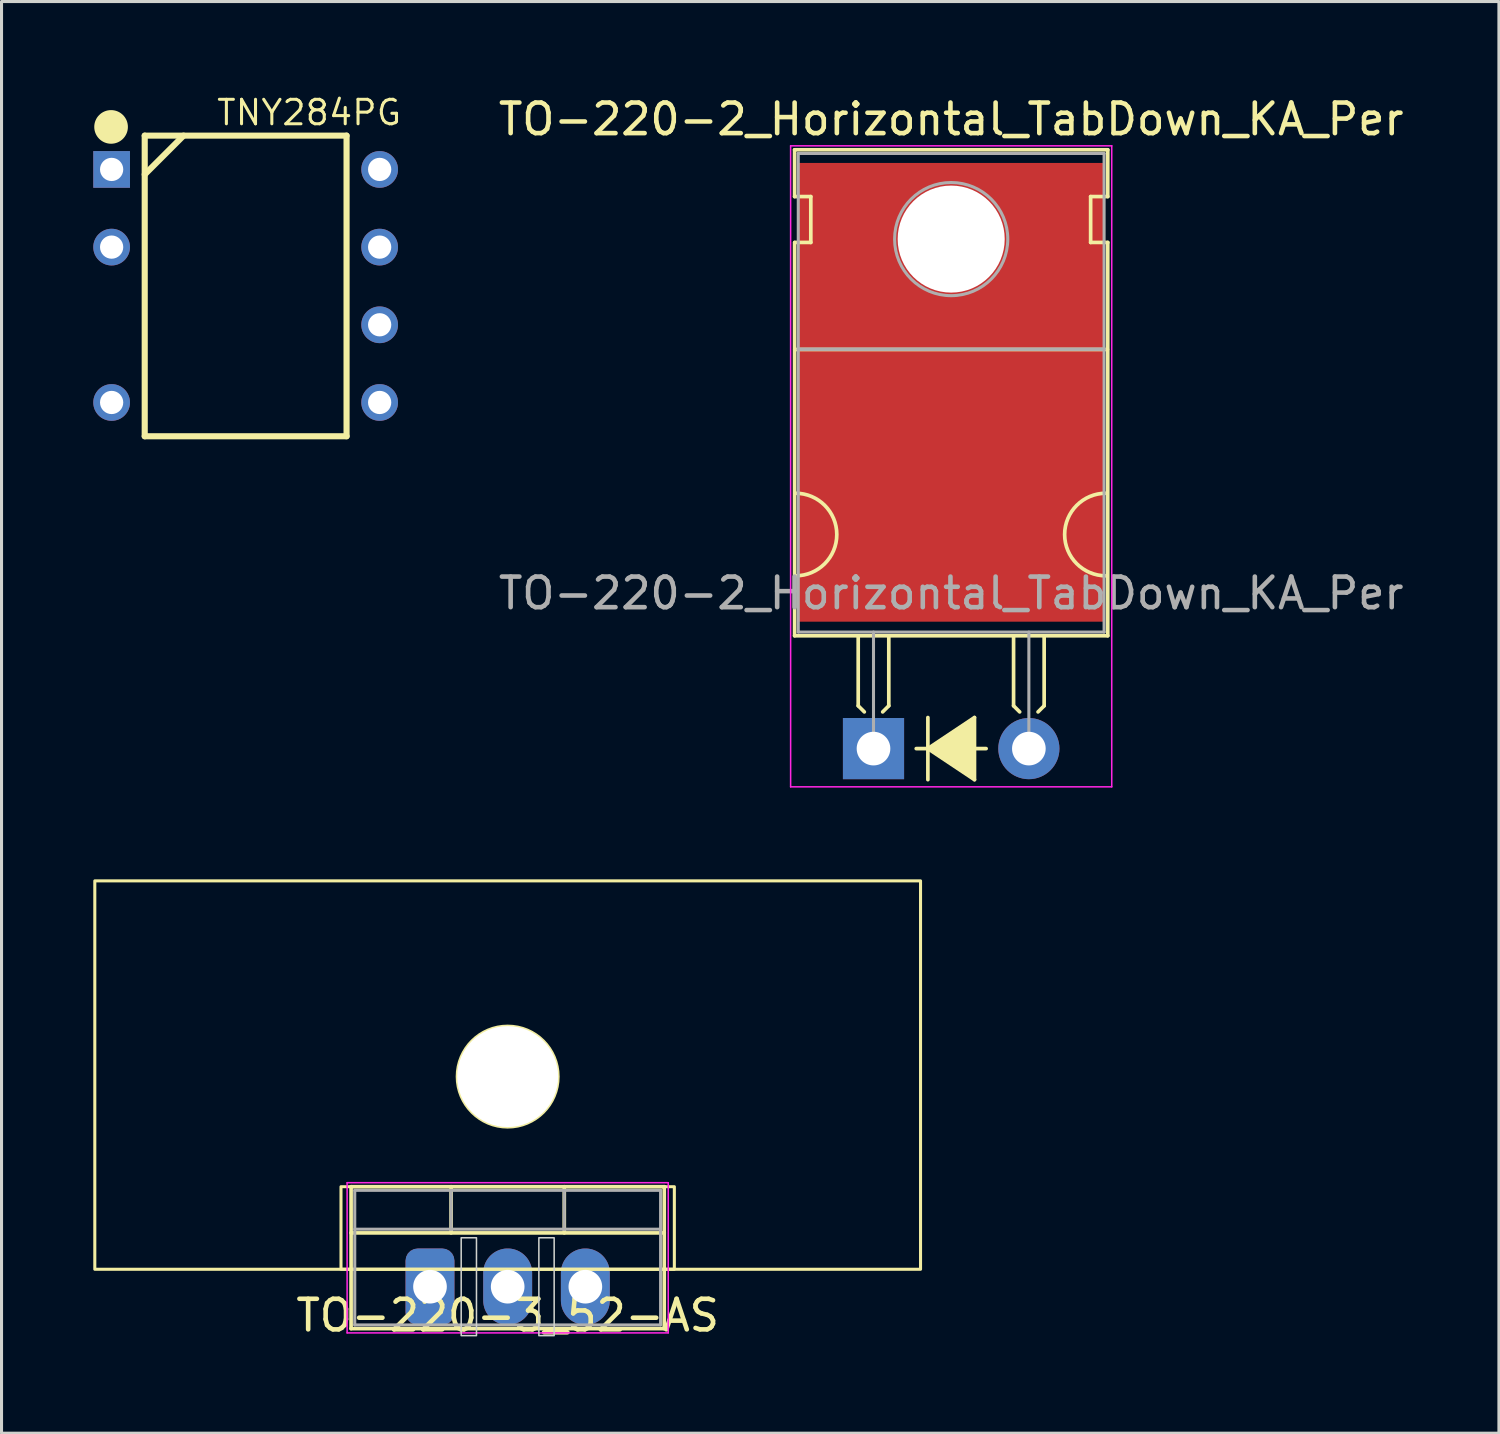
<source format=kicad_pcb>
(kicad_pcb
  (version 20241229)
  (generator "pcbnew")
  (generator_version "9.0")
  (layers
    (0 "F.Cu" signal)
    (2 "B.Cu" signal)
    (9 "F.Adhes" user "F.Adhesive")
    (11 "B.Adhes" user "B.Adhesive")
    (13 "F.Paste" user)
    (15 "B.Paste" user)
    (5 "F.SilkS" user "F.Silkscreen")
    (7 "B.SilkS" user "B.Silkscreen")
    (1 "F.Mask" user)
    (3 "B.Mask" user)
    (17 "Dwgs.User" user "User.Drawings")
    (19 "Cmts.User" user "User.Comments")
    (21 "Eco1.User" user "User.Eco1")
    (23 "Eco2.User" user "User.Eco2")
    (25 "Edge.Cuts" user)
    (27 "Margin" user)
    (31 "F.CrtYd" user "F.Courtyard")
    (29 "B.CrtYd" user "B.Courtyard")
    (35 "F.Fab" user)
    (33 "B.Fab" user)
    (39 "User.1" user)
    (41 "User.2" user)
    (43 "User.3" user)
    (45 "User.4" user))
  (footprint "TNY284PG"
    (layer "F.Cu")
    (at 4.982 6.3)
    (property "Reference" "TNY284PG" (at -1 -5.2 0) (unlocked yes) (layer "F.SilkS") (effects (font (size 0.8 0.8) (thickness 0.1)) (justify left bottom)))
    (fp_line (start -3.3 -3.645) (end -2.03 -4.915) (stroke (width 0.2) (type solid)) (layer "F.SilkS"))
    (fp_line (start -3.3 4.915) (end -3.3 -4.915) (stroke (width 0.2) (type solid)) (layer "F.SilkS"))
    (fp_line (start 3.3 -4.915) (end -3.3 -4.915) (stroke (width 0.2) (type solid)) (layer "F.SilkS"))
    (fp_line (start 3.3 4.915) (end -3.3 4.915) (stroke (width 0.2) (type solid)) (layer "F.SilkS"))
    (fp_line (start 3.3 4.915) (end 3.3 -4.915) (stroke (width 0.2) (type solid)) (layer "F.SilkS"))
    (fp_circle (center -4.4 -5.2) (end -3.9 -5.2) (stroke (width 0.1) (type solid)) (fill yes) (layer "F.SilkS"))
    (pad "1" thru_hole rect (at -4.382 -3.81) (size 1.2 1.2) (drill 0.76) (layers "*.Cu" "*.Mask"))
    (pad "2" thru_hole circle (at -4.382 -1.27) (size 1.2 1.2) (drill 0.76) (layers "*.Cu" "*.Mask"))
    (pad "4" thru_hole circle (at -4.382 3.81) (size 1.2 1.2) (drill 0.76) (layers "*.Cu" "*.Mask"))
    (pad "5" thru_hole circle (at 4.382 -3.81) (size 1.2 1.2) (drill 0.76) (layers "*.Cu" "*.Mask"))
    (pad "5" thru_hole circle (at 4.382 -1.27) (size 1.2 1.2) (drill 0.76) (layers "*.Cu" "*.Mask"))
    (pad "5" thru_hole circle (at 4.382 1.27) (size 1.2 1.2) (drill 0.76) (layers "*.Cu" "*.Mask"))
    (pad "5" thru_hole circle (at 4.382 3.81) (size 1.2 1.2) (drill 0.76) (layers "*.Cu" "*.Mask")))
  (footprint "TO-220-2_Horizontal_TabDown_KA_Per"
    (layer "F.Cu")
    (at 25.512 21.428)
    (property "Reference" "TO-220-2_Horizontal_TabDown_KA_Per" (at 2.54 -20.58 0) (layer "F.SilkS") (effects (font (size 1 1) (thickness 0.15))))
    (attr through_hole)
    (fp_line (start -2.58 -19.58) (end -2.58 -18.05) (stroke (width 0.12) (type solid)) (layer "F.SilkS"))
    (fp_line (start -2.58 -19.58) (end 7.66 -19.58) (stroke (width 0.12) (type solid)) (layer "F.SilkS"))
    (fp_line (start -2.58 -18.05) (end -2.05 -18.05) (stroke (width 0.12) (type solid)) (layer "F.SilkS"))
    (fp_line (start -2.58 -16.55) (end -2.58 -3.69) (stroke (width 0.12) (type solid)) (layer "F.SilkS"))
    (fp_line (start -2.58 -3.69) (end 7.66 -3.69) (stroke (width 0.12) (type solid)) (layer "F.SilkS"))
    (fp_line (start -2.575 -13.05) (end 7.65 -13.05) (stroke (width 0.12) (type solid)) (layer "F.SilkS"))
    (fp_line (start -2.05 -18.05) (end -2.05 -16.55) (stroke (width 0.12) (type solid)) (layer "F.SilkS"))
    (fp_line (start -2.05 -16.55) (end -2.575 -16.55) (stroke (width 0.12) (type solid)) (layer "F.SilkS"))
    (fp_line (start -0.5 -3.65) (end -0.5 -1.4) (stroke (width 0.12) (type solid)) (layer "F.SilkS"))
    (fp_line (start -0.5 -1.4) (end -0.3 -1.2) (stroke (width 0.12) (type solid)) (layer "F.SilkS"))
    (fp_line (start 0.5 -3.65) (end 0.5 -1.4) (stroke (width 0.12) (type solid)) (layer "F.SilkS"))
    (fp_line (start 0.5 -1.4) (end 0.3 -1.2) (stroke (width 0.12) (type solid)) (layer "F.SilkS"))
    (fp_line (start 1.397 0) (end 1.778 0) (stroke (width 0.12) (type solid)) (layer "F.SilkS"))
    (fp_line (start 1.778 0) (end 1.778 -1.016) (stroke (width 0.12) (type solid)) (layer "F.SilkS"))
    (fp_line (start 1.778 0) (end 1.778 1.016) (stroke (width 0.12) (type solid)) (layer "F.SilkS"))
    (fp_line (start 1.778 0) (end 3.302 1.016) (stroke (width 0.12) (type solid)) (layer "F.SilkS"))
    (fp_line (start 3.302 -1.016) (end 1.778 0) (stroke (width 0.12) (type solid)) (layer "F.SilkS"))
    (fp_line (start 3.302 0) (end 3.683 0) (stroke (width 0.12) (type solid)) (layer "F.SilkS"))
    (fp_line (start 3.302 1.016) (end 3.302 -1.016) (stroke (width 0.12) (type solid)) (layer "F.SilkS"))
    (fp_line (start 4.58 -3.65) (end 4.58 -1.4) (stroke (width 0.12) (type solid)) (layer "F.SilkS"))
    (fp_line (start 4.58 -1.4) (end 4.78 -1.2) (stroke (width 0.12) (type solid)) (layer "F.SilkS"))
    (fp_line (start 5.58 -3.65) (end 5.58 -1.4) (stroke (width 0.12) (type solid)) (layer "F.SilkS"))
    (fp_line (start 5.58 -1.4) (end 5.38 -1.2) (stroke (width 0.12) (type solid)) (layer "F.SilkS"))
    (fp_line (start 7.1 -18.05) (end 7.66 -18.05) (stroke (width 0.12) (type solid)) (layer "F.SilkS"))
    (fp_line (start 7.1 -16.55) (end 7.1 -18.05) (stroke (width 0.12) (type solid)) (layer "F.SilkS"))
    (fp_line (start 7.66 -19.58) (end 7.66 -18.05) (stroke (width 0.12) (type solid)) (layer "F.SilkS"))
    (fp_line (start 7.66 -16.55) (end 7.1 -16.55) (stroke (width 0.12) (type solid)) (layer "F.SilkS"))
    (fp_line (start 7.66 -16.55) (end 7.66 -3.69) (stroke (width 0.12) (type solid)) (layer "F.SilkS"))
    (fp_arc (start -2.55 -8.35) (mid -1.2 -7) (end -2.55 -5.65) (stroke (width 0.12) (type solid)) (layer "F.SilkS"))
    (fp_arc (start 7.6 -5.65) (mid 6.25 -7) (end 7.6 -8.35) (stroke (width 0.12) (type solid)) (layer "F.SilkS"))
    (fp_poly (pts (xy 3.3 1) (xy 1.8 0) (xy 3.3 -1)) (stroke (width 0.1) (type solid)) (fill yes) (layer "F.SilkS"))
    (fp_line (start -2.71 -19.71) (end -2.71 1.25) (stroke (width 0.05) (type solid)) (layer "F.CrtYd"))
    (fp_line (start -2.71 1.25) (end 7.79 1.25) (stroke (width 0.05) (type solid)) (layer "F.CrtYd"))
    (fp_line (start 7.79 -19.71) (end -2.71 -19.71) (stroke (width 0.05) (type solid)) (layer "F.CrtYd"))
    (fp_line (start 7.79 1.25) (end 7.79 -19.71) (stroke (width 0.05) (type solid)) (layer "F.CrtYd"))
    (fp_line (start -2.46 -19.46) (end 7.54 -19.46) (stroke (width 0.1) (type solid)) (layer "F.Fab"))
    (fp_line (start -2.46 -13.06) (end -2.46 -19.46) (stroke (width 0.1) (type solid)) (layer "F.Fab"))
    (fp_line (start -2.46 -13.06) (end 7.54 -13.06) (stroke (width 0.1) (type solid)) (layer "F.Fab"))
    (fp_line (start -2.46 -3.81) (end -2.46 -13.06) (stroke (width 0.1) (type solid)) (layer "F.Fab"))
    (fp_line (start 0 -3.81) (end 0 0) (stroke (width 0.1) (type solid)) (layer "F.Fab"))
    (fp_line (start 5.08 -3.81) (end 5.08 0) (stroke (width 0.1) (type solid)) (layer "F.Fab"))
    (fp_line (start 7.54 -19.46) (end 7.54 -13.06) (stroke (width 0.1) (type solid)) (layer "F.Fab"))
    (fp_line (start 7.54 -13.06) (end -2.46 -13.06) (stroke (width 0.1) (type solid)) (layer "F.Fab"))
    (fp_line (start 7.54 -13.06) (end 7.54 -3.81) (stroke (width 0.1) (type solid)) (layer "F.Fab"))
    (fp_line (start 7.54 -3.81) (end -2.46 -3.81) (stroke (width 0.1) (type solid)) (layer "F.Fab"))
    (fp_circle (center 2.54 -16.66) (end 4.39 -16.66) (stroke (width 0.1) (type solid)) (fill no) (layer "F.Fab"))
    (fp_text user "${REFERENCE}" (at 2.54 -5.08 0) (layer "F.Fab") (effects (font (size 1 1) (thickness 0.15))))
    (pad "" np_thru_hole oval (at 2.54 -16.66) (size 3.5 3.5) (drill 3.5) (layers "*.Cu" "*.Mask"))
    (pad "1" thru_hole rect (at 0 0) (size 2 2) (drill 1.1) (layers "*.Cu" "*.Mask"))
    (pad "1" smd rect (at 2.54 -11.65) (size 10 15) (layers "F.Cu" "F.Mask" "F.Paste"))
    (pad "2" thru_hole oval (at 5.08 0) (size 2 2) (drill 1.1) (layers "*.Cu" "*.Mask")))
  (footprint "TO-220-3_52-AS"
    (layer "F.Cu")
    (at 13.55 35.753)
    (property "Reference" "TO-220-3_52-AS" (at 0 4.21 0) (layer "F.SilkS") (effects (font (size 1 1) (thickness 0.15))))
    (attr through_hole)
    (fp_line (start -5.12 0) (end -5.12 4.641) (stroke (width 0.12) (type solid)) (layer "F.SilkS"))
    (fp_line (start -5.12 0) (end 5.12 0) (stroke (width 0.12) (type solid)) (layer "F.SilkS"))
    (fp_line (start -5.12 1.51) (end 5.12 1.51) (stroke (width 0.12) (type solid)) (layer "F.SilkS"))
    (fp_line (start -5.12 4.641) (end 5.12 4.641) (stroke (width 0.12) (type solid)) (layer "F.SilkS"))
    (fp_line (start -1.85 0) (end -1.85 1.51) (stroke (width 0.12) (type solid)) (layer "F.SilkS"))
    (fp_line (start 1.851 0) (end 1.851 1.51) (stroke (width 0.12) (type solid)) (layer "F.SilkS"))
    (fp_line (start 5.12 0) (end 5.12 4.641) (stroke (width 0.12) (type solid)) (layer "F.SilkS"))
    (fp_rect (start -13.5 2.7) (end 13.5 -10) (stroke (width 0.1) (type default)) (fill no) (layer "F.SilkS"))
    (fp_rect (start -5.45 0) (end 5.45 2.7) (stroke (width 0.1) (type default)) (fill no) (layer "F.SilkS"))
    (fp_circle (center 0 -3.6) (end 1.65 -3.6) (stroke (width 0.1) (type default)) (fill no) (layer "F.SilkS"))
    (fp_rect (start -1.52 1.67) (end -1.02 4.87) (stroke (width 0.05) (type default)) (fill no) (layer "Edge.Cuts"))
    (fp_rect (start 1.02 1.67) (end 1.52 4.87) (stroke (width 0.05) (type default)) (fill no) (layer "Edge.Cuts"))
    (fp_line (start -5.25 -0.13) (end -5.25 4.78) (stroke (width 0.05) (type solid)) (layer "F.CrtYd"))
    (fp_line (start -5.25 4.78) (end 5.25 4.78) (stroke (width 0.05) (type solid)) (layer "F.CrtYd"))
    (fp_line (start 5.25 -0.13) (end -5.25 -0.13) (stroke (width 0.05) (type solid)) (layer "F.CrtYd"))
    (fp_line (start 5.25 4.78) (end 5.25 -0.13) (stroke (width 0.05) (type solid)) (layer "F.CrtYd"))
    (fp_line (start -5 0.12) (end -5 4.52) (stroke (width 0.1) (type solid)) (layer "F.Fab"))
    (fp_line (start -5 1.39) (end 5 1.39) (stroke (width 0.1) (type solid)) (layer "F.Fab"))
    (fp_line (start -5 4.52) (end 5 4.52) (stroke (width 0.1) (type solid)) (layer "F.Fab"))
    (fp_line (start -1.85 0.12) (end -1.85 1.39) (stroke (width 0.1) (type solid)) (layer "F.Fab"))
    (fp_line (start 1.85 0.12) (end 1.85 1.39) (stroke (width 0.1) (type solid)) (layer "F.Fab"))
    (fp_line (start 5 0.12) (end -5 0.12) (stroke (width 0.1) (type solid)) (layer "F.Fab"))
    (fp_line (start 5 4.52) (end 5 0.12) (stroke (width 0.1) (type solid)) (layer "F.Fab"))
    (pad "" np_thru_hole circle (at 0 -3.6) (size 3.3 3.3) (drill 3.3) (layers "*.Cu" "*.Mask"))
    (pad "1" thru_hole roundrect (at -2.54 3.27) (size 1.6 2.5) (drill 1.1) (layers "*.Cu" "*.Mask") (roundrect_rratio 0.25))
    (pad "2" thru_hole oval (at 0 3.27) (size 1.6 2.5) (drill 1.1) (layers "*.Cu" "*.Mask"))
    (pad "3" thru_hole oval (at 2.54 3.27) (size 1.6 2.5) (drill 1.1) (layers "*.Cu" "*.Mask")))
  (gr_rect
    (start -3 -3)
    (end 45.962 43.812)
    (stroke (width 0.1) (type default))
    (fill no)
    (layer "Edge.Cuts")))
</source>
